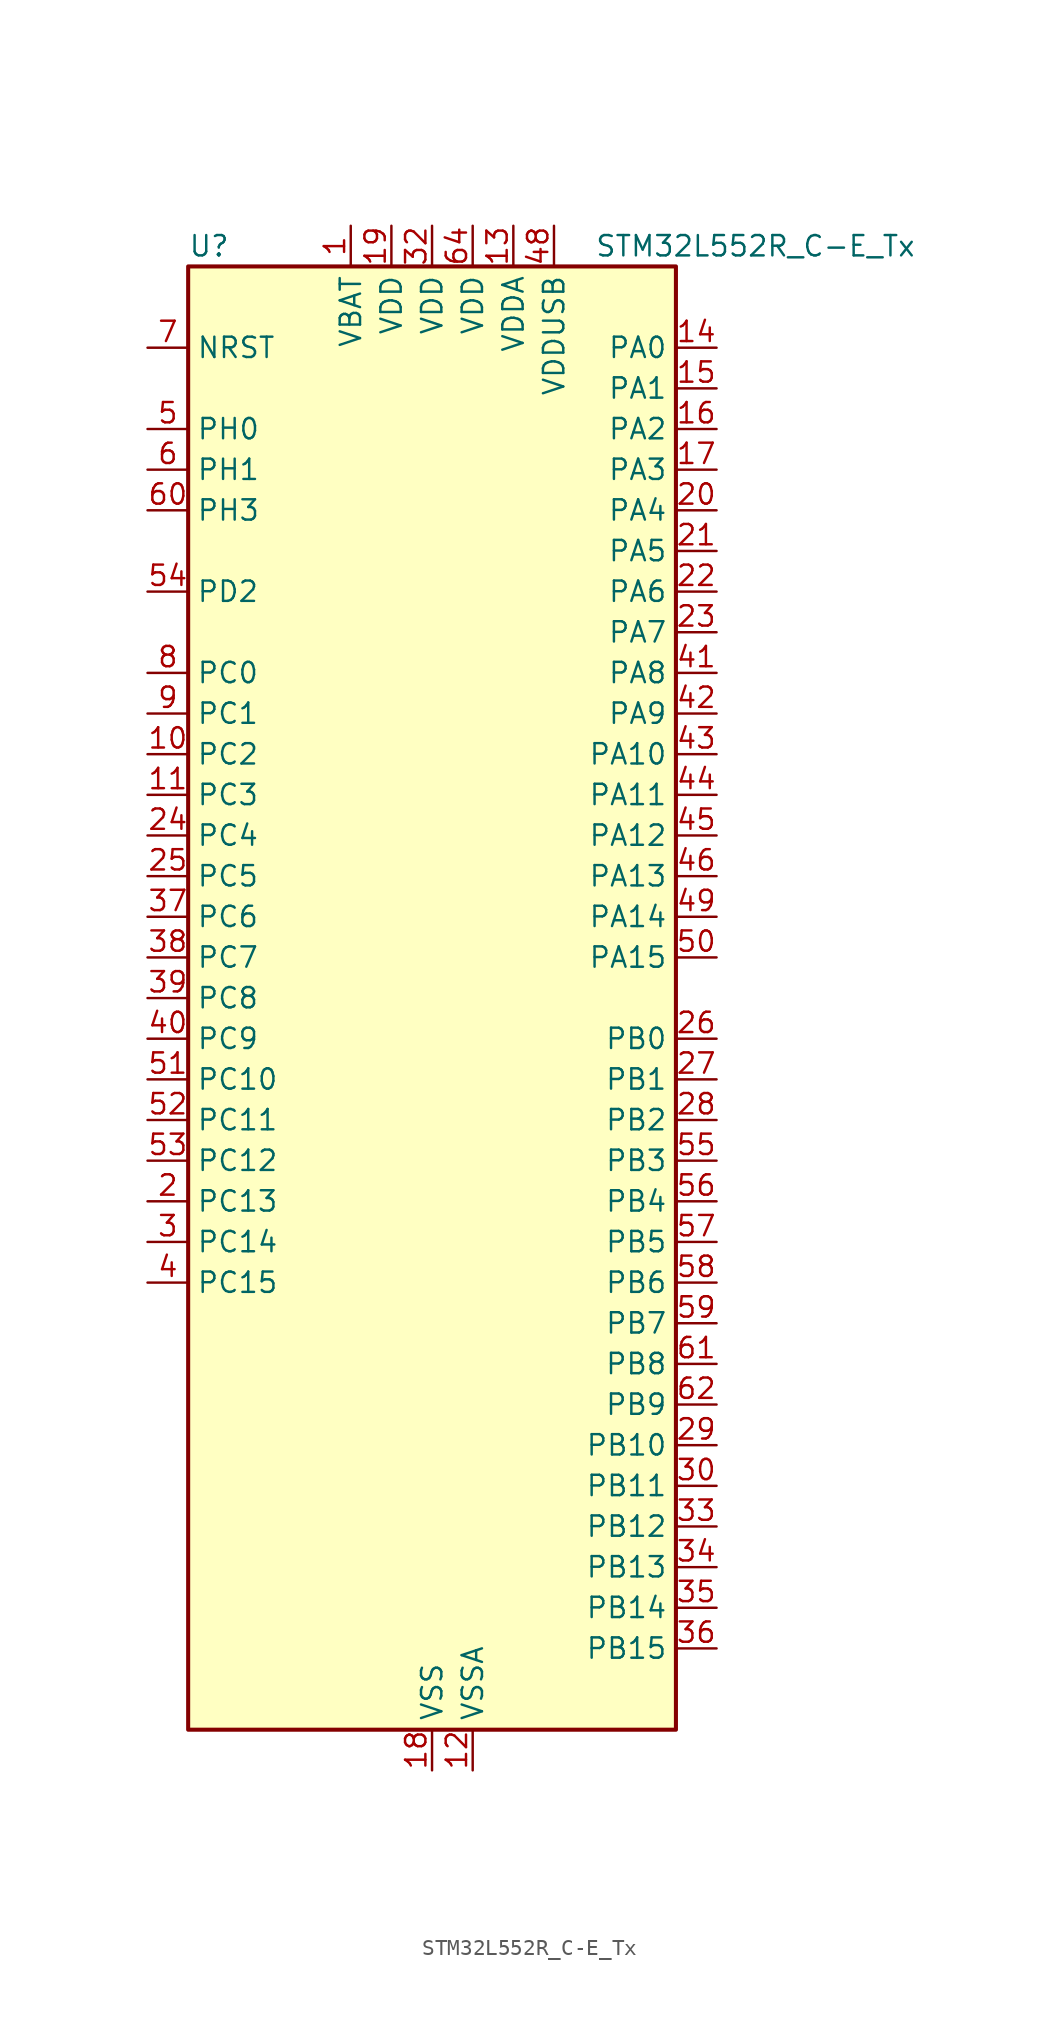
<source format=kicad_sym>
(kicad_symbol_lib
  (version 20241209)
  (generator "kicad_symbol_editor")
  (generator_version "9.0")
  (symbol "STM32L552R_C-E_Tx"
    (property "Reference" "U"
      (at -15.24 46.99 0)
      (effects (font (size 1.27 1.27)) (justify left)))
    (property "Value" "STM32L552R_C-E_Tx"
      (at 10.16 46.99 0)
      (effects (font (size 1.27 1.27)) (justify left)))
    (symbol "STM32L552R_C-E_Tx_0_1"
      (rectangle (start -15.24 -45.72) (end 15.24 45.72) (stroke (width 0.254) (type default)) (fill (type background))))
    (symbol "STM32L552R_C-E_Tx_1_1"
      (pin input line (at -17.78 40.64 0) (length 2.54) (name "NRST" (effects (font (size 1.27 1.27)))) (number "7" (effects (font (size 1.27 1.27)))))
      (pin bidirectional line (at -17.78 35.56 0) (length 2.54) (name "PH0" (effects (font (size 1.27 1.27)))) (number "5" (effects (font (size 1.27 1.27)))) (alternate "RCC_OSC_IN" bidirectional line))
      (pin bidirectional line (at -17.78 33.02 0) (length 2.54) (name "PH1" (effects (font (size 1.27 1.27)))) (number "6" (effects (font (size 1.27 1.27)))) (alternate "RCC_OSC_OUT" bidirectional line))
      (pin bidirectional line (at -17.78 30.48 0) (length 2.54) (name "PH3" (effects (font (size 1.27 1.27)))) (number "60" (effects (font (size 1.27 1.27)))))
      (pin bidirectional line (at -17.78 25.4 0) (length 2.54) (name "PD2" (effects (font (size 1.27 1.27)))) (number "54" (effects (font (size 1.27 1.27)))) (alternate "DEBUG_TRACED2" bidirectional line) (alternate "SDMMC1_CMD" bidirectional line) (alternate "TIM3_ETR" bidirectional line) (alternate "TSC_SYNC" bidirectional line) (alternate "UART5_RX" bidirectional line) (alternate "USART3_DE" bidirectional line) (alternate "USART3_RTS" bidirectional line))
      (pin bidirectional line (at -17.78 20.32 0) (length 2.54) (name "PC0" (effects (font (size 1.27 1.27)))) (number "8" (effects (font (size 1.27 1.27)))) (alternate "ADC1_IN1" bidirectional line) (alternate "ADC2_IN1" bidirectional line) (alternate "I2C3_SCL" bidirectional line) (alternate "LPTIM1_IN1" bidirectional line) (alternate "LPTIM2_IN1" bidirectional line) (alternate "LPUART1_RX" bidirectional line) (alternate "OCTOSPI1_IO7" bidirectional line) (alternate "SAI2_FS_A" bidirectional line) (alternate "SDMMC1_D5" bidirectional line))
      (pin bidirectional line (at -17.78 17.78 0) (length 2.54) (name "PC1" (effects (font (size 1.27 1.27)))) (number "9" (effects (font (size 1.27 1.27)))) (alternate "ADC1_IN2" bidirectional line) (alternate "ADC2_IN2" bidirectional line) (alternate "DEBUG_TRACED0" bidirectional line) (alternate "I2C3_SDA" bidirectional line) (alternate "LPTIM1_OUT" bidirectional line) (alternate "LPUART1_TX" bidirectional line) (alternate "OCTOSPI1_IO4" bidirectional line) (alternate "SAI1_SD_A" bidirectional line) (alternate "SPI2_MOSI" bidirectional line))
      (pin bidirectional line (at -17.78 15.24 0) (length 2.54) (name "PC2" (effects (font (size 1.27 1.27)))) (number "10" (effects (font (size 1.27 1.27)))) (alternate "ADC1_IN3" bidirectional line) (alternate "ADC2_IN3" bidirectional line) (alternate "DFSDM1_CKOUT" bidirectional line) (alternate "LPTIM1_IN2" bidirectional line) (alternate "OCTOSPI1_IO5" bidirectional line) (alternate "SPI2_MISO" bidirectional line))
      (pin bidirectional line (at -17.78 12.7 0) (length 2.54) (name "PC3" (effects (font (size 1.27 1.27)))) (number "11" (effects (font (size 1.27 1.27)))) (alternate "ADC1_IN4" bidirectional line) (alternate "ADC2_IN4" bidirectional line) (alternate "LPTIM1_ETR" bidirectional line) (alternate "LPTIM2_ETR" bidirectional line) (alternate "LPTIM3_OUT" bidirectional line) (alternate "OCTOSPI1_IO6" bidirectional line) (alternate "SAI1_D1" bidirectional line) (alternate "SAI1_SD_A" bidirectional line) (alternate "SPI2_MOSI" bidirectional line))
      (pin bidirectional line (at -17.78 10.16 0) (length 2.54) (name "PC4" (effects (font (size 1.27 1.27)))) (number "24" (effects (font (size 1.27 1.27)))) (alternate "ADC1_IN13" bidirectional line) (alternate "ADC2_IN13" bidirectional line) (alternate "COMP1_INM" bidirectional line) (alternate "OCTOSPI1_IO7" bidirectional line) (alternate "USART3_TX" bidirectional line))
      (pin bidirectional line (at -17.78 7.62 0) (length 2.54) (name "PC5" (effects (font (size 1.27 1.27)))) (number "25" (effects (font (size 1.27 1.27)))) (alternate "ADC1_IN14" bidirectional line) (alternate "ADC2_IN14" bidirectional line) (alternate "COMP1_INP" bidirectional line) (alternate "PWR_WKUP5" bidirectional line) (alternate "SAI1_D3" bidirectional line) (alternate "TAMP_IN4" bidirectional line) (alternate "TAMP_OUT5" bidirectional line) (alternate "USART3_RX" bidirectional line))
      (pin bidirectional line (at -17.78 5.08 0) (length 2.54) (name "PC6" (effects (font (size 1.27 1.27)))) (number "37" (effects (font (size 1.27 1.27)))) (alternate "DFSDM1_CKIN3" bidirectional line) (alternate "SAI2_MCLK_A" bidirectional line) (alternate "SDMMC1_D0DIR" bidirectional line) (alternate "SDMMC1_D6" bidirectional line) (alternate "TIM3_CH1" bidirectional line) (alternate "TIM8_CH1" bidirectional line) (alternate "TSC_G4_IO1" bidirectional line))
      (pin bidirectional line (at -17.78 2.54 0) (length 2.54) (name "PC7" (effects (font (size 1.27 1.27)))) (number "38" (effects (font (size 1.27 1.27)))) (alternate "DFSDM1_DATIN3" bidirectional line) (alternate "SAI2_MCLK_B" bidirectional line) (alternate "SDMMC1_D123DIR" bidirectional line) (alternate "SDMMC1_D7" bidirectional line) (alternate "TIM3_CH2" bidirectional line) (alternate "TIM8_CH2" bidirectional line) (alternate "TSC_G4_IO2" bidirectional line))
      (pin bidirectional line (at -17.78 0 0) (length 2.54) (name "PC8" (effects (font (size 1.27 1.27)))) (number "39" (effects (font (size 1.27 1.27)))) (alternate "SDMMC1_D0" bidirectional line) (alternate "TIM3_CH3" bidirectional line) (alternate "TIM8_CH3" bidirectional line) (alternate "TSC_G4_IO3" bidirectional line))
      (pin bidirectional line (at -17.78 -2.54 0) (length 2.54) (name "PC9" (effects (font (size 1.27 1.27)))) (number "40" (effects (font (size 1.27 1.27)))) (alternate "DAC1_EXTI9" bidirectional line) (alternate "DEBUG_TRACED0" bidirectional line) (alternate "SAI2_EXTCLK" bidirectional line) (alternate "SDMMC1_D1" bidirectional line) (alternate "TIM3_CH4" bidirectional line) (alternate "TIM8_BKIN2" bidirectional line) (alternate "TIM8_CH4" bidirectional line) (alternate "TSC_G4_IO4" bidirectional line) (alternate "USB_NOE" bidirectional line))
      (pin bidirectional line (at -17.78 -5.08 0) (length 2.54) (name "PC10" (effects (font (size 1.27 1.27)))) (number "51" (effects (font (size 1.27 1.27)))) (alternate "DEBUG_TRACED1" bidirectional line) (alternate "LPTIM3_ETR" bidirectional line) (alternate "SAI2_SCK_B" bidirectional line) (alternate "SDMMC1_D2" bidirectional line) (alternate "SPI3_SCK" bidirectional line) (alternate "TSC_G3_IO2" bidirectional line) (alternate "UART4_TX" bidirectional line) (alternate "USART3_TX" bidirectional line))
      (pin bidirectional line (at -17.78 -7.62 0) (length 2.54) (name "PC11" (effects (font (size 1.27 1.27)))) (number "52" (effects (font (size 1.27 1.27)))) (alternate "ADC1_EXTI11" bidirectional line) (alternate "ADC2_EXTI11" bidirectional line) (alternate "LPTIM3_IN1" bidirectional line) (alternate "OCTOSPI1_NCS" bidirectional line) (alternate "SAI2_MCLK_B" bidirectional line) (alternate "SDMMC1_D3" bidirectional line) (alternate "SPI3_MISO" bidirectional line) (alternate "TSC_G3_IO3" bidirectional line) (alternate "UART4_RX" bidirectional line) (alternate "UCPD1_FRSTX2" bidirectional line) (alternate "USART3_RX" bidirectional line))
      (pin bidirectional line (at -17.78 -10.16 0) (length 2.54) (name "PC12" (effects (font (size 1.27 1.27)))) (number "53" (effects (font (size 1.27 1.27)))) (alternate "DEBUG_TRACED3" bidirectional line) (alternate "SAI2_SD_B" bidirectional line) (alternate "SDMMC1_CK" bidirectional line) (alternate "SPI3_MOSI" bidirectional line) (alternate "TSC_G3_IO4" bidirectional line) (alternate "UART5_TX" bidirectional line) (alternate "USART3_CK" bidirectional line))
      (pin bidirectional line (at -17.78 -12.7 0) (length 2.54) (name "PC13" (effects (font (size 1.27 1.27)))) (number "2" (effects (font (size 1.27 1.27)))) (alternate "PWR_WKUP2" bidirectional line) (alternate "RTC_OUT1" bidirectional line) (alternate "RTC_TS" bidirectional line) (alternate "TAMP_IN1" bidirectional line) (alternate "TAMP_OUT2" bidirectional line))
      (pin bidirectional line (at -17.78 -15.24 0) (length 2.54) (name "PC14" (effects (font (size 1.27 1.27)))) (number "3" (effects (font (size 1.27 1.27)))) (alternate "RCC_OSC32_IN" bidirectional line))
      (pin bidirectional line (at -17.78 -17.78 0) (length 2.54) (name "PC15" (effects (font (size 1.27 1.27)))) (number "4" (effects (font (size 1.27 1.27)))) (alternate "ADC1_EXTI15" bidirectional line) (alternate "ADC2_EXTI15" bidirectional line) (alternate "RCC_OSC32_OUT" bidirectional line))
      (pin power_in line (at -5.08 48.26 270) (length 2.54) (name "VBAT" (effects (font (size 1.27 1.27)))) (number "1" (effects (font (size 1.27 1.27)))))
      (pin power_in line (at -2.54 48.26 270) (length 2.54) (name "VDD" (effects (font (size 1.27 1.27)))) (number "19" (effects (font (size 1.27 1.27)))))
      (pin power_in line (at 0 48.26 270) (length 2.54) (name "VDD" (effects (font (size 1.27 1.27)))) (number "32" (effects (font (size 1.27 1.27)))))
      (pin power_in line (at 0 -48.26 90) (length 2.54) (name "VSS" (effects (font (size 1.27 1.27)))) (number "18" (effects (font (size 1.27 1.27)))))
      (pin passive line (at 0 -48.26 90) (length 2.54) (hide yes) (name "VSS" (effects (font (size 1.27 1.27)))) (number "31" (effects (font (size 1.27 1.27)))))
      (pin passive line (at 0 -48.26 90) (length 2.54) (hide yes) (name "VSS" (effects (font (size 1.27 1.27)))) (number "47" (effects (font (size 1.27 1.27)))))
      (pin passive line (at 0 -48.26 90) (length 2.54) (hide yes) (name "VSS" (effects (font (size 1.27 1.27)))) (number "63" (effects (font (size 1.27 1.27)))))
      (pin power_in line (at 2.54 48.26 270) (length 2.54) (name "VDD" (effects (font (size 1.27 1.27)))) (number "64" (effects (font (size 1.27 1.27)))))
      (pin power_in line (at 2.54 -48.26 90) (length 2.54) (name "VSSA" (effects (font (size 1.27 1.27)))) (number "12" (effects (font (size 1.27 1.27)))))
      (pin power_in line (at 5.08 48.26 270) (length 2.54) (name "VDDA" (effects (font (size 1.27 1.27)))) (number "13" (effects (font (size 1.27 1.27)))))
      (pin power_in line (at 7.62 48.26 270) (length 2.54) (name "VDDUSB" (effects (font (size 1.27 1.27)))) (number "48" (effects (font (size 1.27 1.27)))))
      (pin bidirectional line (at 17.78 40.64 180) (length 2.54) (name "PA0" (effects (font (size 1.27 1.27)))) (number "14" (effects (font (size 1.27 1.27)))) (alternate "ADC1_IN5" bidirectional line) (alternate "ADC2_IN5" bidirectional line) (alternate "OPAMP1_VINP" bidirectional line) (alternate "PWR_WKUP1" bidirectional line) (alternate "SAI1_EXTCLK" bidirectional line) (alternate "TAMP_IN2" bidirectional line) (alternate "TAMP_OUT1" bidirectional line) (alternate "TIM2_CH1" bidirectional line) (alternate "TIM2_ETR" bidirectional line) (alternate "TIM5_CH1" bidirectional line) (alternate "TIM8_ETR" bidirectional line) (alternate "UART4_TX" bidirectional line) (alternate "USART2_CTS" bidirectional line) (alternate "USART2_NSS" bidirectional line))
      (pin bidirectional line (at 17.78 38.1 180) (length 2.54) (name "PA1" (effects (font (size 1.27 1.27)))) (number "15" (effects (font (size 1.27 1.27)))) (alternate "ADC1_IN6" bidirectional line) (alternate "ADC2_IN6" bidirectional line) (alternate "I2C1_SMBA" bidirectional line) (alternate "OCTOSPI1_DQS" bidirectional line) (alternate "OPAMP1_VINM" bidirectional line) (alternate "SPI1_SCK" bidirectional line) (alternate "TAMP_IN5" bidirectional line) (alternate "TAMP_OUT4" bidirectional line) (alternate "TIM15_CH1N" bidirectional line) (alternate "TIM2_CH2" bidirectional line) (alternate "TIM5_CH2" bidirectional line) (alternate "UART4_RX" bidirectional line) (alternate "USART2_DE" bidirectional line) (alternate "USART2_RTS" bidirectional line))
      (pin bidirectional line (at 17.78 35.56 180) (length 2.54) (name "PA2" (effects (font (size 1.27 1.27)))) (number "16" (effects (font (size 1.27 1.27)))) (alternate "ADC1_IN7" bidirectional line) (alternate "ADC2_IN7" bidirectional line) (alternate "COMP1_INP" bidirectional line) (alternate "LPUART1_TX" bidirectional line) (alternate "OCTOSPI1_NCS" bidirectional line) (alternate "PWR_WKUP4" bidirectional line) (alternate "RCC_LSCO" bidirectional line) (alternate "SAI2_EXTCLK" bidirectional line) (alternate "TIM15_CH1" bidirectional line) (alternate "TIM2_CH3" bidirectional line) (alternate "TIM5_CH3" bidirectional line) (alternate "UCPD1_FRSTX1" bidirectional line) (alternate "USART2_TX" bidirectional line))
      (pin bidirectional line (at 17.78 33.02 180) (length 2.54) (name "PA3" (effects (font (size 1.27 1.27)))) (number "17" (effects (font (size 1.27 1.27)))) (alternate "ADC1_IN8" bidirectional line) (alternate "ADC2_IN8" bidirectional line) (alternate "LPUART1_RX" bidirectional line) (alternate "OCTOSPI1_CLK" bidirectional line) (alternate "OPAMP1_VOUT" bidirectional line) (alternate "SAI1_CK1" bidirectional line) (alternate "SAI1_MCLK_A" bidirectional line) (alternate "TIM15_CH2" bidirectional line) (alternate "TIM2_CH4" bidirectional line) (alternate "TIM5_CH4" bidirectional line) (alternate "USART2_RX" bidirectional line))
      (pin bidirectional line (at 17.78 30.48 180) (length 2.54) (name "PA4" (effects (font (size 1.27 1.27)))) (number "20" (effects (font (size 1.27 1.27)))) (alternate "ADC1_IN9" bidirectional line) (alternate "ADC2_IN9" bidirectional line) (alternate "DAC1_OUT1" bidirectional line) (alternate "LPTIM2_OUT" bidirectional line) (alternate "OCTOSPI1_NCS" bidirectional line) (alternate "SAI1_FS_B" bidirectional line) (alternate "SPI1_NSS" bidirectional line) (alternate "SPI3_NSS" bidirectional line) (alternate "USART2_CK" bidirectional line))
      (pin bidirectional line (at 17.78 27.94 180) (length 2.54) (name "PA5" (effects (font (size 1.27 1.27)))) (number "21" (effects (font (size 1.27 1.27)))) (alternate "ADC1_IN10" bidirectional line) (alternate "ADC2_IN10" bidirectional line) (alternate "DAC1_OUT2" bidirectional line) (alternate "LPTIM2_ETR" bidirectional line) (alternate "SPI1_SCK" bidirectional line) (alternate "TIM2_CH1" bidirectional line) (alternate "TIM2_ETR" bidirectional line) (alternate "TIM8_CH1N" bidirectional line))
      (pin bidirectional line (at 17.78 25.4 180) (length 2.54) (name "PA6" (effects (font (size 1.27 1.27)))) (number "22" (effects (font (size 1.27 1.27)))) (alternate "ADC1_IN11" bidirectional line) (alternate "ADC2_IN11" bidirectional line) (alternate "LPUART1_CTS" bidirectional line) (alternate "OCTOSPI1_IO3" bidirectional line) (alternate "OPAMP2_VINP" bidirectional line) (alternate "SPI1_MISO" bidirectional line) (alternate "TIM16_CH1" bidirectional line) (alternate "TIM1_BKIN" bidirectional line) (alternate "TIM3_CH1" bidirectional line) (alternate "TIM8_BKIN" bidirectional line) (alternate "USART3_CTS" bidirectional line) (alternate "USART3_NSS" bidirectional line))
      (pin bidirectional line (at 17.78 22.86 180) (length 2.54) (name "PA7" (effects (font (size 1.27 1.27)))) (number "23" (effects (font (size 1.27 1.27)))) (alternate "ADC1_IN12" bidirectional line) (alternate "ADC2_IN12" bidirectional line) (alternate "I2C3_SCL" bidirectional line) (alternate "OCTOSPI1_IO2" bidirectional line) (alternate "OPAMP2_VINM" bidirectional line) (alternate "SPI1_MOSI" bidirectional line) (alternate "TIM17_CH1" bidirectional line) (alternate "TIM1_CH1N" bidirectional line) (alternate "TIM3_CH2" bidirectional line) (alternate "TIM8_CH1N" bidirectional line))
      (pin bidirectional line (at 17.78 20.32 180) (length 2.54) (name "PA8" (effects (font (size 1.27 1.27)))) (number "41" (effects (font (size 1.27 1.27)))) (alternate "LPTIM2_OUT" bidirectional line) (alternate "RCC_MCO" bidirectional line) (alternate "SAI1_CK2" bidirectional line) (alternate "SAI1_SCK_A" bidirectional line) (alternate "TIM1_CH1" bidirectional line) (alternate "USART1_CK" bidirectional line))
      (pin bidirectional line (at 17.78 17.78 180) (length 2.54) (name "PA9" (effects (font (size 1.27 1.27)))) (number "42" (effects (font (size 1.27 1.27)))) (alternate "DAC1_EXTI9" bidirectional line) (alternate "SAI1_FS_A" bidirectional line) (alternate "SPI2_SCK" bidirectional line) (alternate "TIM15_BKIN" bidirectional line) (alternate "TIM1_CH2" bidirectional line) (alternate "USART1_TX" bidirectional line))
      (pin bidirectional line (at 17.78 15.24 180) (length 2.54) (name "PA10" (effects (font (size 1.27 1.27)))) (number "43" (effects (font (size 1.27 1.27)))) (alternate "CRS_SYNC" bidirectional line) (alternate "SAI1_D1" bidirectional line) (alternate "SAI1_SD_A" bidirectional line) (alternate "TIM17_BKIN" bidirectional line) (alternate "TIM1_CH3" bidirectional line) (alternate "USART1_RX" bidirectional line))
      (pin bidirectional line (at 17.78 12.7 180) (length 2.54) (name "PA11" (effects (font (size 1.27 1.27)))) (number "44" (effects (font (size 1.27 1.27)))) (alternate "ADC1_EXTI11" bidirectional line) (alternate "ADC2_EXTI11" bidirectional line) (alternate "FDCAN1_RX" bidirectional line) (alternate "SPI1_MISO" bidirectional line) (alternate "TIM1_BKIN2" bidirectional line) (alternate "TIM1_CH4" bidirectional line) (alternate "USART1_CTS" bidirectional line) (alternate "USART1_NSS" bidirectional line) (alternate "USB_DM" bidirectional line))
      (pin bidirectional line (at 17.78 10.16 180) (length 2.54) (name "PA12" (effects (font (size 1.27 1.27)))) (number "45" (effects (font (size 1.27 1.27)))) (alternate "FDCAN1_TX" bidirectional line) (alternate "SPI1_MOSI" bidirectional line) (alternate "TIM1_ETR" bidirectional line) (alternate "USART1_DE" bidirectional line) (alternate "USART1_RTS" bidirectional line) (alternate "USB_DP" bidirectional line))
      (pin bidirectional line (at 17.78 7.62 180) (length 2.54) (name "PA13" (effects (font (size 1.27 1.27)))) (number "46" (effects (font (size 1.27 1.27)))) (alternate "DEBUG_JTMS-SWDIO" bidirectional line) (alternate "IR_OUT" bidirectional line) (alternate "SAI1_SD_B" bidirectional line) (alternate "USB_NOE" bidirectional line))
      (pin bidirectional line (at 17.78 5.08 180) (length 2.54) (name "PA14" (effects (font (size 1.27 1.27)))) (number "49" (effects (font (size 1.27 1.27)))) (alternate "DEBUG_JTCK-SWCLK" bidirectional line) (alternate "I2C1_SMBA" bidirectional line) (alternate "I2C4_SMBA" bidirectional line) (alternate "LPTIM1_OUT" bidirectional line) (alternate "SAI1_FS_B" bidirectional line))
      (pin bidirectional line (at 17.78 2.54 180) (length 2.54) (name "PA15" (effects (font (size 1.27 1.27)))) (number "50" (effects (font (size 1.27 1.27)))) (alternate "ADC1_EXTI15" bidirectional line) (alternate "ADC2_EXTI15" bidirectional line) (alternate "DEBUG_JTDI" bidirectional line) (alternate "SAI2_FS_B" bidirectional line) (alternate "SPI1_NSS" bidirectional line) (alternate "SPI3_NSS" bidirectional line) (alternate "TIM2_CH1" bidirectional line) (alternate "TIM2_ETR" bidirectional line) (alternate "UART4_DE" bidirectional line) (alternate "UART4_RTS" bidirectional line) (alternate "UCPD1_CC1" bidirectional line) (alternate "USART2_RX" bidirectional line) (alternate "USART3_DE" bidirectional line) (alternate "USART3_RTS" bidirectional line))
      (pin bidirectional line (at 17.78 -2.54 180) (length 2.54) (name "PB0" (effects (font (size 1.27 1.27)))) (number "26" (effects (font (size 1.27 1.27)))) (alternate "ADC1_IN15" bidirectional line) (alternate "ADC2_IN15" bidirectional line) (alternate "COMP1_OUT" bidirectional line) (alternate "OCTOSPI1_IO1" bidirectional line) (alternate "OPAMP2_VOUT" bidirectional line) (alternate "SAI1_EXTCLK" bidirectional line) (alternate "SPI1_NSS" bidirectional line) (alternate "TIM1_CH2N" bidirectional line) (alternate "TIM3_CH3" bidirectional line) (alternate "TIM8_CH2N" bidirectional line) (alternate "USART3_CK" bidirectional line))
      (pin bidirectional line (at 17.78 -5.08 180) (length 2.54) (name "PB1" (effects (font (size 1.27 1.27)))) (number "27" (effects (font (size 1.27 1.27)))) (alternate "ADC1_IN16" bidirectional line) (alternate "ADC2_IN16" bidirectional line) (alternate "COMP1_INM" bidirectional line) (alternate "DFSDM1_DATIN0" bidirectional line) (alternate "LPTIM2_IN1" bidirectional line) (alternate "LPUART1_DE" bidirectional line) (alternate "LPUART1_RTS" bidirectional line) (alternate "OCTOSPI1_IO0" bidirectional line) (alternate "TIM1_CH3N" bidirectional line) (alternate "TIM3_CH4" bidirectional line) (alternate "TIM8_CH3N" bidirectional line) (alternate "USART3_DE" bidirectional line) (alternate "USART3_RTS" bidirectional line))
      (pin bidirectional line (at 17.78 -7.62 180) (length 2.54) (name "PB2" (effects (font (size 1.27 1.27)))) (number "28" (effects (font (size 1.27 1.27)))) (alternate "COMP1_INP" bidirectional line) (alternate "DFSDM1_CKIN0" bidirectional line) (alternate "I2C3_SMBA" bidirectional line) (alternate "LPTIM1_OUT" bidirectional line) (alternate "OCTOSPI1_DQS" bidirectional line) (alternate "RTC_OUT2" bidirectional line) (alternate "UCPD1_FRSTX1" bidirectional line))
      (pin bidirectional line (at 17.78 -10.16 180) (length 2.54) (name "PB3" (effects (font (size 1.27 1.27)))) (number "55" (effects (font (size 1.27 1.27)))) (alternate "COMP2_INM" bidirectional line) (alternate "CRS_SYNC" bidirectional line) (alternate "DEBUG_JTDO-SWO" bidirectional line) (alternate "SAI1_SCK_B" bidirectional line) (alternate "SPI1_SCK" bidirectional line) (alternate "SPI3_SCK" bidirectional line) (alternate "TIM2_CH2" bidirectional line) (alternate "USART1_DE" bidirectional line) (alternate "USART1_RTS" bidirectional line))
      (pin bidirectional line (at 17.78 -12.7 180) (length 2.54) (name "PB4" (effects (font (size 1.27 1.27)))) (number "56" (effects (font (size 1.27 1.27)))) (alternate "COMP2_INP" bidirectional line) (alternate "DEBUG_JTRST" bidirectional line) (alternate "I2C3_SDA" bidirectional line) (alternate "SAI1_MCLK_B" bidirectional line) (alternate "SPI1_MISO" bidirectional line) (alternate "SPI3_MISO" bidirectional line) (alternate "TIM17_BKIN" bidirectional line) (alternate "TIM3_CH1" bidirectional line) (alternate "TSC_G2_IO1" bidirectional line) (alternate "UART5_DE" bidirectional line) (alternate "UART5_RTS" bidirectional line) (alternate "USART1_CTS" bidirectional line) (alternate "USART1_NSS" bidirectional line))
      (pin bidirectional line (at 17.78 -15.24 180) (length 2.54) (name "PB5" (effects (font (size 1.27 1.27)))) (number "57" (effects (font (size 1.27 1.27)))) (alternate "COMP2_OUT" bidirectional line) (alternate "I2C1_SMBA" bidirectional line) (alternate "LPTIM1_IN1" bidirectional line) (alternate "OCTOSPI1_NCLK" bidirectional line) (alternate "SAI1_SD_B" bidirectional line) (alternate "SPI1_MOSI" bidirectional line) (alternate "SPI3_MOSI" bidirectional line) (alternate "TIM16_BKIN" bidirectional line) (alternate "TIM3_CH2" bidirectional line) (alternate "TSC_G2_IO2" bidirectional line) (alternate "UART5_CTS" bidirectional line) (alternate "UCPD1_DBCC1" bidirectional line) (alternate "USART1_CK" bidirectional line))
      (pin bidirectional line (at 17.78 -17.78 180) (length 2.54) (name "PB6" (effects (font (size 1.27 1.27)))) (number "58" (effects (font (size 1.27 1.27)))) (alternate "COMP2_INP" bidirectional line) (alternate "I2C1_SCL" bidirectional line) (alternate "I2C4_SCL" bidirectional line) (alternate "LPTIM1_ETR" bidirectional line) (alternate "SAI1_FS_B" bidirectional line) (alternate "TIM16_CH1N" bidirectional line) (alternate "TIM4_CH1" bidirectional line) (alternate "TIM8_BKIN2" bidirectional line) (alternate "TSC_G2_IO3" bidirectional line) (alternate "USART1_TX" bidirectional line))
      (pin bidirectional line (at 17.78 -20.32 180) (length 2.54) (name "PB7" (effects (font (size 1.27 1.27)))) (number "59" (effects (font (size 1.27 1.27)))) (alternate "COMP2_INM" bidirectional line) (alternate "I2C1_SDA" bidirectional line) (alternate "I2C4_SDA" bidirectional line) (alternate "LPTIM1_IN2" bidirectional line) (alternate "PWR_PVD_IN" bidirectional line) (alternate "TIM17_CH1N" bidirectional line) (alternate "TIM4_CH2" bidirectional line) (alternate "TIM8_BKIN" bidirectional line) (alternate "TSC_G2_IO4" bidirectional line) (alternate "UART4_CTS" bidirectional line) (alternate "USART1_RX" bidirectional line))
      (pin bidirectional line (at 17.78 -22.86 180) (length 2.54) (name "PB8" (effects (font (size 1.27 1.27)))) (number "61" (effects (font (size 1.27 1.27)))) (alternate "DFSDM1_CKOUT" bidirectional line) (alternate "FDCAN1_RX" bidirectional line) (alternate "I2C1_SCL" bidirectional line) (alternate "SAI1_CK1" bidirectional line) (alternate "SAI1_MCLK_A" bidirectional line) (alternate "SDMMC1_CKIN" bidirectional line) (alternate "SDMMC1_D4" bidirectional line) (alternate "TIM16_CH1" bidirectional line) (alternate "TIM4_CH3" bidirectional line))
      (pin bidirectional line (at 17.78 -25.4 180) (length 2.54) (name "PB9" (effects (font (size 1.27 1.27)))) (number "62" (effects (font (size 1.27 1.27)))) (alternate "DAC1_EXTI9" bidirectional line) (alternate "FDCAN1_TX" bidirectional line) (alternate "I2C1_SDA" bidirectional line) (alternate "IR_OUT" bidirectional line) (alternate "SAI1_D2" bidirectional line) (alternate "SAI1_FS_A" bidirectional line) (alternate "SDMMC1_CDIR" bidirectional line) (alternate "SDMMC1_D5" bidirectional line) (alternate "SPI2_NSS" bidirectional line) (alternate "TIM17_CH1" bidirectional line) (alternate "TIM4_CH4" bidirectional line))
      (pin bidirectional line (at 17.78 -27.94 180) (length 2.54) (name "PB10" (effects (font (size 1.27 1.27)))) (number "29" (effects (font (size 1.27 1.27)))) (alternate "COMP1_OUT" bidirectional line) (alternate "I2C2_SCL" bidirectional line) (alternate "I2C4_SCL" bidirectional line) (alternate "LPTIM3_OUT" bidirectional line) (alternate "LPUART1_RX" bidirectional line) (alternate "OCTOSPI1_CLK" bidirectional line) (alternate "SAI1_SCK_A" bidirectional line) (alternate "SPI2_SCK" bidirectional line) (alternate "TIM2_CH3" bidirectional line) (alternate "TSC_SYNC" bidirectional line) (alternate "USART3_TX" bidirectional line))
      (pin bidirectional line (at 17.78 -30.48 180) (length 2.54) (name "PB11" (effects (font (size 1.27 1.27)))) (number "30" (effects (font (size 1.27 1.27)))) (alternate "ADC1_EXTI11" bidirectional line) (alternate "ADC2_EXTI11" bidirectional line) (alternate "COMP2_OUT" bidirectional line) (alternate "I2C2_SDA" bidirectional line) (alternate "I2C4_SDA" bidirectional line) (alternate "LPUART1_TX" bidirectional line) (alternate "OCTOSPI1_NCS" bidirectional line) (alternate "TIM2_CH4" bidirectional line) (alternate "USART3_RX" bidirectional line))
      (pin bidirectional line (at 17.78 -33.02 180) (length 2.54) (name "PB12" (effects (font (size 1.27 1.27)))) (number "33" (effects (font (size 1.27 1.27)))) (alternate "DFSDM1_DATIN1" bidirectional line) (alternate "I2C2_SMBA" bidirectional line) (alternate "LPUART1_DE" bidirectional line) (alternate "LPUART1_RTS" bidirectional line) (alternate "OCTOSPI1_NCLK" bidirectional line) (alternate "SAI2_FS_A" bidirectional line) (alternate "SPI2_NSS" bidirectional line) (alternate "TIM15_BKIN" bidirectional line) (alternate "TIM1_BKIN" bidirectional line) (alternate "TSC_G1_IO1" bidirectional line) (alternate "USART3_CK" bidirectional line))
      (pin bidirectional line (at 17.78 -35.56 180) (length 2.54) (name "PB13" (effects (font (size 1.27 1.27)))) (number "34" (effects (font (size 1.27 1.27)))) (alternate "DFSDM1_CKIN1" bidirectional line) (alternate "I2C2_SCL" bidirectional line) (alternate "LPTIM3_IN1" bidirectional line) (alternate "LPUART1_CTS" bidirectional line) (alternate "SAI2_SCK_A" bidirectional line) (alternate "SPI2_SCK" bidirectional line) (alternate "TIM15_CH1N" bidirectional line) (alternate "TIM1_CH1N" bidirectional line) (alternate "TSC_G1_IO2" bidirectional line) (alternate "UCPD1_FRSTX2" bidirectional line) (alternate "USART3_CTS" bidirectional line) (alternate "USART3_NSS" bidirectional line))
      (pin bidirectional line (at 17.78 -38.1 180) (length 2.54) (name "PB14" (effects (font (size 1.27 1.27)))) (number "35" (effects (font (size 1.27 1.27)))) (alternate "DFSDM1_DATIN2" bidirectional line) (alternate "I2C2_SDA" bidirectional line) (alternate "LPTIM3_ETR" bidirectional line) (alternate "SAI2_MCLK_A" bidirectional line) (alternate "SPI2_MISO" bidirectional line) (alternate "TIM15_CH1" bidirectional line) (alternate "TIM1_CH2N" bidirectional line) (alternate "TIM8_CH2N" bidirectional line) (alternate "TSC_G1_IO3" bidirectional line) (alternate "UCPD1_DBCC2" bidirectional line) (alternate "USART3_DE" bidirectional line) (alternate "USART3_RTS" bidirectional line))
      (pin bidirectional line (at 17.78 -40.64 180) (length 2.54) (name "PB15" (effects (font (size 1.27 1.27)))) (number "36" (effects (font (size 1.27 1.27)))) (alternate "ADC1_EXTI15" bidirectional line) (alternate "ADC2_EXTI15" bidirectional line) (alternate "DFSDM1_CKIN2" bidirectional line) (alternate "RTC_REFIN" bidirectional line) (alternate "SAI2_SD_A" bidirectional line) (alternate "SPI2_MOSI" bidirectional line) (alternate "TIM15_CH2" bidirectional line) (alternate "TIM1_CH3N" bidirectional line) (alternate "TIM8_CH3N" bidirectional line) (alternate "UCPD1_CC2" bidirectional line)))))
</source>
